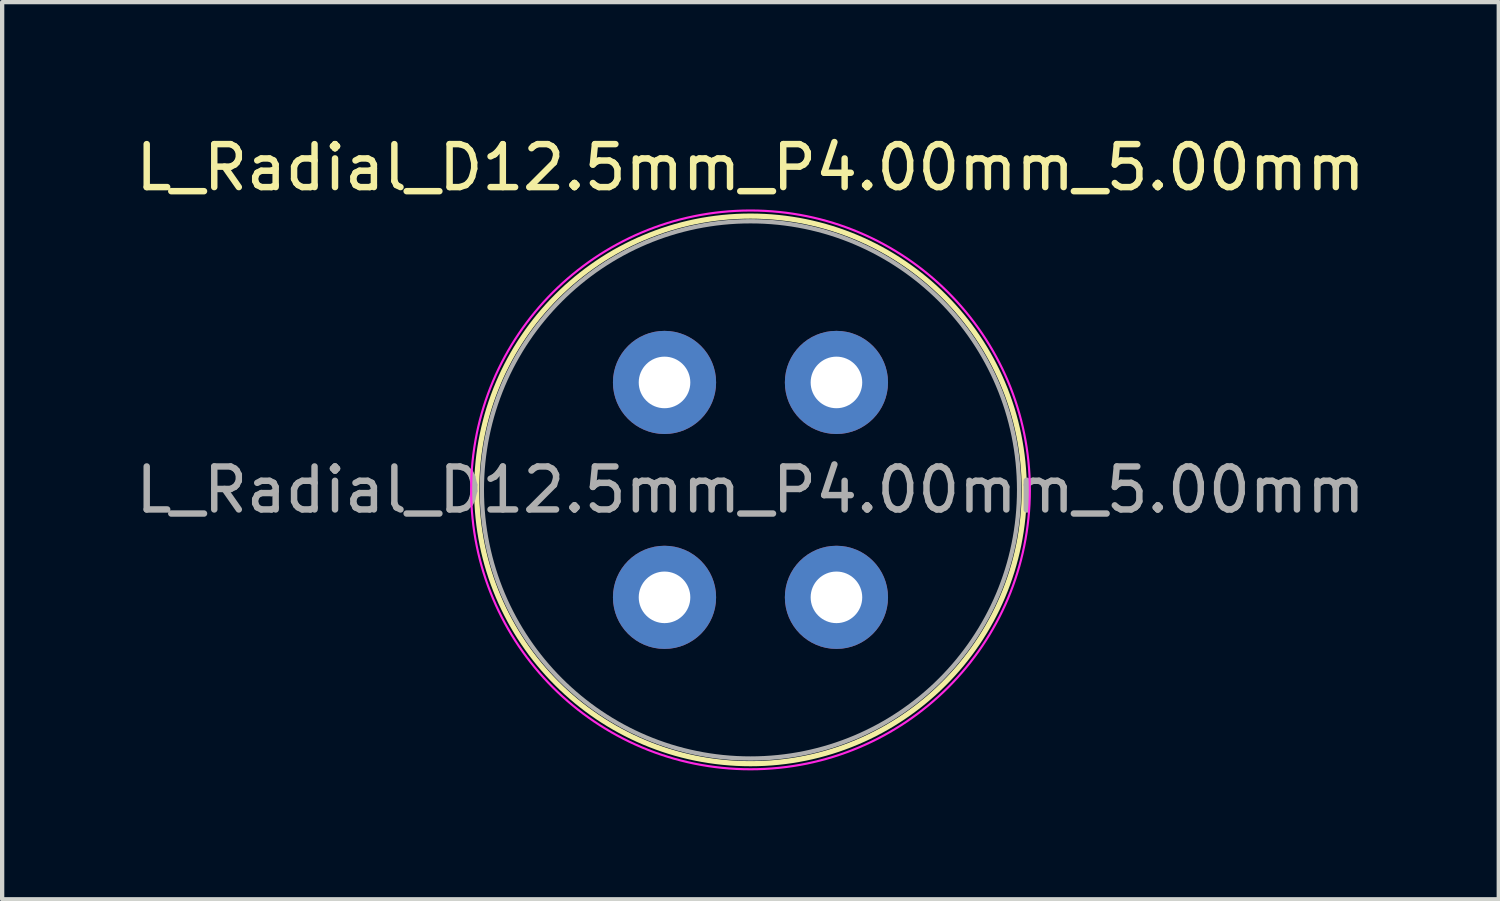
<source format=kicad_pcb>
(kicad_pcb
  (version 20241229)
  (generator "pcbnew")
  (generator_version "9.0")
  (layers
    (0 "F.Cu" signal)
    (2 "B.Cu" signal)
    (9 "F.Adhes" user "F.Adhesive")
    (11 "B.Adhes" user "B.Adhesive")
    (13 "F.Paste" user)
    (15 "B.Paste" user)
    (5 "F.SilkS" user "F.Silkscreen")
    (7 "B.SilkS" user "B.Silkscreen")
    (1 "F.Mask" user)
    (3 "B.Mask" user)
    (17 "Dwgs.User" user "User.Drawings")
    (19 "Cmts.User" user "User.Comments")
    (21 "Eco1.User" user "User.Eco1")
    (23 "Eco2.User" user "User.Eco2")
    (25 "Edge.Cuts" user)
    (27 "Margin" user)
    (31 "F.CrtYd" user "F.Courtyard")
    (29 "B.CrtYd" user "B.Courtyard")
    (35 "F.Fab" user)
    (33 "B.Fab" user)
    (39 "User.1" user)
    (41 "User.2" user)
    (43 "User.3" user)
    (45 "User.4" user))
  (footprint "L_Radial_D12.5mm_P4.00mm_5.00mm"
    (layer "F.Cu")
    (at 10.911 8.348)
    (property "Reference" "L_Radial_D12.5mm_P4.00mm_5.00mm" (at 3.5 -7.5 0) (layer "F.SilkS") (effects (font (size 1 1) (thickness 0.15))))
    (attr through_hole)
    (fp_circle (center 3.5 0) (end 9.87 0) (stroke (width 0.12) (type solid)) (fill no) (layer "F.SilkS"))
    (fp_circle (center 3.5 0) (end 10 0) (stroke (width 0.05) (type solid)) (fill no) (layer "F.CrtYd"))
    (fp_circle (center 3.5 0) (end 9.75 0) (stroke (width 0.1) (type solid)) (fill no) (layer "F.Fab"))
    (fp_text user "${REFERENCE}" (at 3.5 0 0) (layer "F.Fab") (effects (font (size 1 1) (thickness 0.15))))
    (pad "1" thru_hole circle (at 1.5 -2.5) (size 2.4 2.4) (drill 1.2) (layers "*.Cu" "*.Mask"))
    (pad "2" thru_hole circle (at 5.5 2.5) (size 2.4 2.4) (drill 1.2) (layers "*.Cu" "*.Mask"))
    (pad "3" thru_hole circle (at 5.5 -2.5) (size 2.4 2.4) (drill 1.2) (layers "*.Cu" "*.Mask"))
    (pad "4" thru_hole circle (at 1.5 2.5) (size 2.4 2.4) (drill 1.2) (layers "*.Cu" "*.Mask")))
  (gr_rect
    (start -3 -3)
    (end 31.821 17.873)
    (stroke (width 0.1) (type default))
    (fill no)
    (layer "Edge.Cuts")))
</source>
